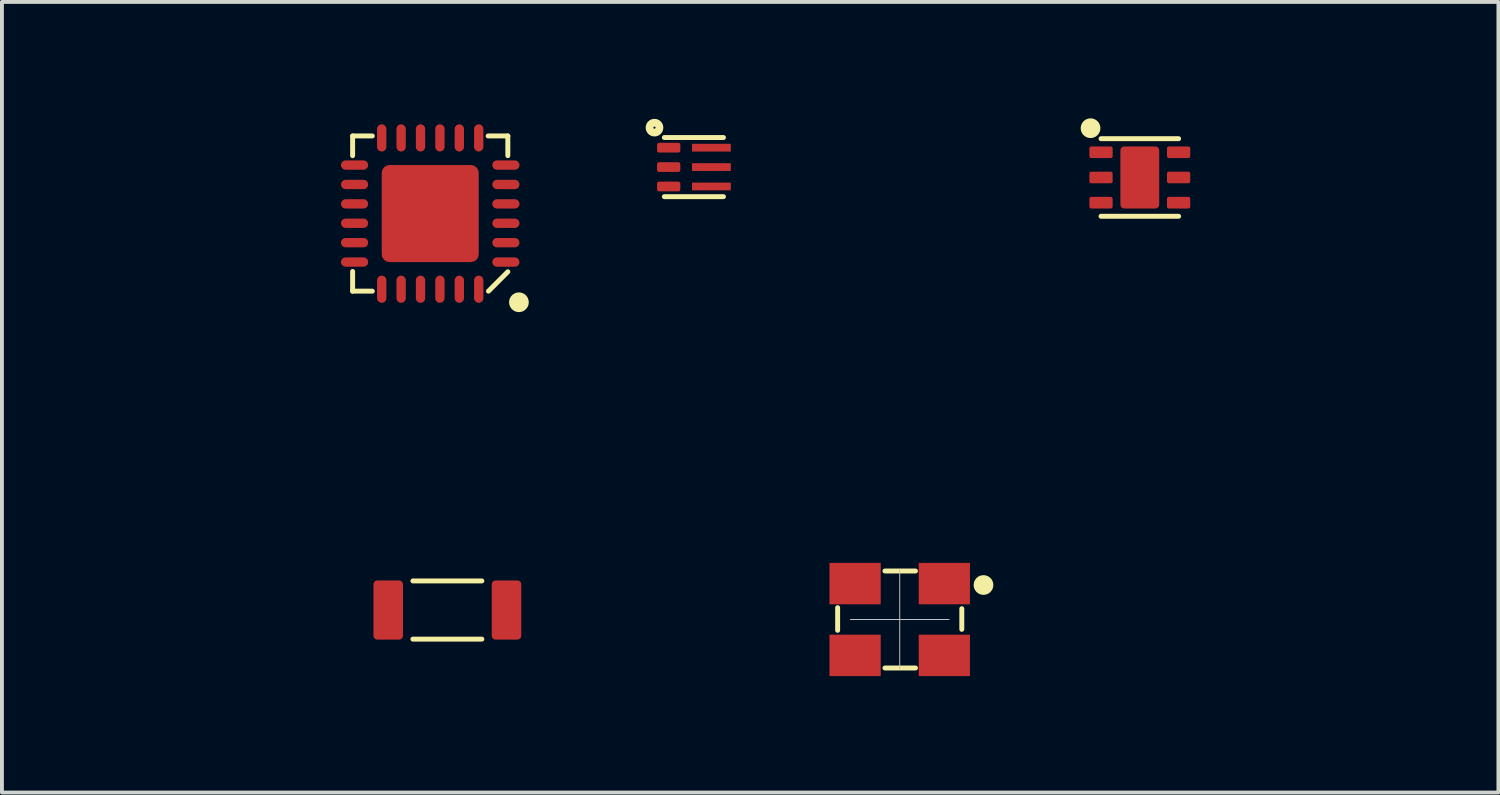
<source format=kicad_pcb>
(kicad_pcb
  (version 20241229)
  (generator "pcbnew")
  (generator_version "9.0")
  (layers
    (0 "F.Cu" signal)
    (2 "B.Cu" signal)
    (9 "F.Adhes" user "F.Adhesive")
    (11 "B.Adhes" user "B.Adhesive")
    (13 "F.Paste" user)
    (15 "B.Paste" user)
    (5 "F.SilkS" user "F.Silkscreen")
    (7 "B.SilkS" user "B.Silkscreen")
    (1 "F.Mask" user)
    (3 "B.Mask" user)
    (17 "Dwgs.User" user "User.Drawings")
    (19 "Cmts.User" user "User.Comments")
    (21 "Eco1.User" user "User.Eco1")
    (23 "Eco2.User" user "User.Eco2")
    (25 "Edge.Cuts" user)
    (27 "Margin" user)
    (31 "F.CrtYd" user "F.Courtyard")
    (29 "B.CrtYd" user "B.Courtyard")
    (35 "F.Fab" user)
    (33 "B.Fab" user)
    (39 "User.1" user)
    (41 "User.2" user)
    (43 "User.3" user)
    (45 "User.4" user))
  (footprint "VSON6_0D5_1D5X1D5X1MM"
    (layer "F.Cu")
    (at 14.713 1.047)
    (property "Reference" "VSON6_0D5_1D5X1D5X1MM" (at -0.084 0.605 90) (unlocked yes) (layer "Eco1.User") (effects (font (size 0.33 0.33) (thickness 0.02)) (justify left bottom mirror)))
    (fp_line (start 0.883 -0.553) (end -0.641 -0.553) (stroke (width 0.127) (type solid)) (layer "F.SilkS"))
    (fp_line (start 0.883 0.971) (end -0.641 0.971) (stroke (width 0.127) (type solid)) (layer "F.SilkS"))
    (fp_circle (center -0.895 -0.807) (end -0.768 -0.807) (stroke (width 0.2) (type solid)) (fill no) (layer "F.SilkS"))
    (fp_line (start -0.629 -0.541) (end -0.629 0.959) (stroke (width 0.127) (type solid)) (layer "Eco1.User"))
    (fp_line (start 0.871 -0.541) (end -0.629 -0.541) (stroke (width 0.127) (type solid)) (layer "Eco1.User"))
    (fp_line (start 0.871 -0.541) (end 0.871 0.959) (stroke (width 0.127) (type solid)) (layer "Eco1.User"))
    (fp_line (start 0.871 0.959) (end -0.629 0.959) (stroke (width 0.127) (type solid)) (layer "Eco1.User"))
    (fp_circle (center -0.26 -0.172) (end -0.133 -0.172) (stroke (width 0.2) (type solid)) (fill no) (layer "Eco1.User"))
    (fp_line (start -1.122 -1.034) (end -1.122 1.034) (stroke (width 0.025) (type solid)) (layer "User.8"))
    (fp_line (start 1.121 -1.034) (end -1.122 -1.034) (stroke (width 0.025) (type solid)) (layer "User.8"))
    (fp_line (start 1.121 -1.034) (end 1.121 1.034) (stroke (width 0.025) (type solid)) (layer "User.8"))
    (fp_line (start 1.121 1.034) (end -1.122 1.034) (stroke (width 0.025) (type solid)) (layer "User.8"))
    (fp_text user "5" (at 0.903 0.463 270) (unlocked yes) (layer "Eco1.User") (effects (font (size 0.635 0.635) (thickness 0.041)) (justify left bottom mirror)))
    (fp_text user "1" (at -0.197 -0.037 270) (unlocked yes) (layer "Eco1.User") (effects (font (size 0.635 0.635) (thickness 0.041)) (justify left bottom mirror)))
    (fp_text user "6" (at 0.903 -0.037 270) (unlocked yes) (layer "Eco1.User") (effects (font (size 0.635 0.635) (thickness 0.041)) (justify left bottom mirror)))
    (fp_text user "2" (at -0.197 0.463 270) (unlocked yes) (layer "Eco1.User") (effects (font (size 0.635 0.635) (thickness 0.041)) (justify left bottom mirror)))
    (fp_text user "4" (at 0.903 0.963 270) (unlocked yes) (layer "Eco1.User") (effects (font (size 0.635 0.635) (thickness 0.041)) (justify left bottom mirror)))
    (fp_text user "TLV62595DMQR" (at -0.133 0.541 180) (unlocked yes) (layer "Eco1.User") (effects (font (size 0.635 0.635) (thickness 0.041)) (justify left bottom mirror)))
    (fp_text user "3" (at -0.197 0.963 270) (unlocked yes) (layer "Eco1.User") (effects (font (size 0.635 0.635) (thickness 0.041)) (justify left bottom mirror)))
    (pad "1" smd roundrect (at -0.529 -0.291 270) (size 0.25 0.6) (layers "F.Cu" "F.Mask" "F.Paste") (roundrect_rratio 0.2))
    (pad "2" smd roundrect (at -0.529 0.209 270) (size 0.25 0.6) (layers "F.Cu" "F.Mask" "F.Paste") (roundrect_rratio 0.2))
    (pad "3" smd roundrect (at -0.529 0.709 270) (size 0.25 0.6) (layers "F.Cu" "F.Mask" "F.Paste") (roundrect_rratio 0.2))
    (pad "4" smd rect (at 0.572 0.709 270) (size 0.2 1) (layers "F.Cu" "F.Mask" "F.Paste"))
    (pad "5" smd rect (at 0.572 0.209 270) (size 0.2 1) (layers "F.Cu" "F.Mask" "F.Paste"))
    (pad "6" smd rect (at 0.572 -0.291 270) (size 0.2 1) (layers "F.Cu" "F.Mask" "F.Paste")))
  (footprint "WSON6_0D65_2X2X0_8MM"
    (layer "F.Cu")
    (at 26.326 1.524)
    (property "Reference" "WSON6_0D65_2X2X0_8MM" (at -0.206 0.264 90) (unlocked yes) (layer "Eco1.User") (effects (font (size 0.33 0.33) (thickness 0.02)) (justify left bottom mirror)))
    (fp_line (start 1 -1) (end -1 -1) (stroke (width 0.127) (type solid)) (layer "F.SilkS"))
    (fp_line (start 1 1) (end -1 1) (stroke (width 0.127) (type solid)) (layer "F.SilkS"))
    (fp_circle (center -1.27 -1.27) (end -1.143 -1.27) (stroke (width 0.254) (type solid)) (fill no) (layer "F.SilkS"))
    (fp_line (start -1.016 -1.016) (end -1.016 1.016) (stroke (width 0.025) (type solid)) (layer "Eco1.User"))
    (fp_line (start 1.016 -1.016) (end -1.016 -1.016) (stroke (width 0.025) (type solid)) (layer "Eco1.User"))
    (fp_line (start 1.016 -1.016) (end 1.016 1.016) (stroke (width 0.025) (type solid)) (layer "Eco1.User"))
    (fp_line (start 1.016 1.016) (end -1.016 1.016) (stroke (width 0.025) (type solid)) (layer "Eco1.User"))
    (fp_circle (center -0.762 -0.762) (end -0.635 -0.762) (stroke (width 0.254) (type solid)) (fill no) (layer "Eco1.User"))
    (fp_line (start -1.016 -1.016) (end -1.016 1.016) (stroke (width 0.025) (type solid)) (layer "User.8"))
    (fp_line (start 1.016 -1.016) (end -1.016 -1.016) (stroke (width 0.025) (type solid)) (layer "User.8"))
    (fp_line (start 1.016 -1.016) (end 1.016 1.016) (stroke (width 0.025) (type solid)) (layer "User.8"))
    (fp_line (start 1.016 1.016) (end -1.016 1.016) (stroke (width 0.025) (type solid)) (layer "User.8"))
    (fp_text user "4" (at 1.078 0.904 270) (unlocked yes) (layer "Eco1.User") (effects (font (size 0.635 0.635) (thickness 0.041)) (justify left bottom mirror)))
    (fp_text user "1" (at -0.922 -0.396 270) (unlocked yes) (layer "Eco1.User") (effects (font (size 0.635 0.635) (thickness 0.041)) (justify left bottom mirror)))
    (fp_text user "TVS0500DRVR" (at -0.254 -0.049 180) (unlocked yes) (layer "Eco1.User") (effects (font (size 0.635 0.635) (thickness 0.041)) (justify left bottom mirror)))
    (fp_text user "5" (at 1.078 0.254 270) (unlocked yes) (layer "Eco1.User") (effects (font (size 0.635 0.635) (thickness 0.041)) (justify left bottom mirror)))
    (fp_text user "2" (at -0.922 0.254 270) (unlocked yes) (layer "Eco1.User") (effects (font (size 0.635 0.635) (thickness 0.041)) (justify left bottom mirror)))
    (fp_text user "6" (at 1.078 -0.396 270) (unlocked yes) (layer "Eco1.User") (effects (font (size 0.635 0.635) (thickness 0.041)) (justify left bottom mirror)))
    (fp_text user "3" (at -0.922 0.904 270) (unlocked yes) (layer "Eco1.User") (effects (font (size 0.635 0.635) (thickness 0.041)) (justify left bottom mirror)))
    (fp_text user "7" (at 0 0.332 180) (unlocked yes) (layer "Eco1.User") (effects (font (size 0.635 0.635) (thickness 0.041)) (justify left bottom mirror)))
    (pad "1" smd roundrect (at -1 -0.65 270) (size 0.3 0.6) (layers "F.Cu" "F.Mask" "F.Paste") (roundrect_rratio 0.165))
    (pad "2" smd roundrect (at -1 0 270) (size 0.3 0.6) (layers "F.Cu" "F.Mask" "F.Paste") (roundrect_rratio 0.165))
    (pad "3" smd roundrect (at -1 0.65 270) (size 0.3 0.6) (layers "F.Cu" "F.Mask" "F.Paste") (roundrect_rratio 0.165))
    (pad "4" smd roundrect (at 1 0.65 270) (size 0.3 0.6) (layers "F.Cu" "F.Mask" "F.Paste") (roundrect_rratio 0.165))
    (pad "5" smd roundrect (at 1 0 270) (size 0.3 0.6) (layers "F.Cu" "F.Mask" "F.Paste") (roundrect_rratio 0.165))
    (pad "6" smd roundrect (at 1 -0.65 270) (size 0.3 0.6) (layers "F.Cu" "F.Mask" "F.Paste") (roundrect_rratio 0.165))
    (pad "7" smd roundrect (at 0 0 180) (size 1 1.6) (layers "F.Cu" "F.Mask" "F.Paste") (roundrect_rratio 0.1)))
  (footprint "X2_SMD_3_2X1_5MM"
    (layer "F.Cu")
    (at 8.48 12.672)
    (property "Reference" "X2_SMD_3_2X1_5MM" (at -0.201 -0.206 0) (unlocked yes) (layer "Eco1.User") (effects (font (size 0.33 0.33) (thickness 0.02)) (justify left bottom mirror)))
    (fp_line (start 0.889 -0.75) (end -0.889 -0.75) (stroke (width 0.127) (type solid)) (layer "F.SilkS"))
    (fp_line (start 0.889 0.75) (end -0.889 0.75) (stroke (width 0.127) (type solid)) (layer "F.SilkS"))
    (fp_line (start -1.524 0.762) (end -1.524 -0.762) (stroke (width 0.025) (type solid)) (layer "Eco1.User"))
    (fp_line (start 1.651 -0.762) (end -1.524 -0.762) (stroke (width 0.025) (type solid)) (layer "Eco1.User"))
    (fp_line (start 1.651 0.762) (end -1.524 0.762) (stroke (width 0.025) (type solid)) (layer "Eco1.User"))
    (fp_line (start 1.651 0.762) (end 1.651 -0.762) (stroke (width 0.025) (type solid)) (layer "Eco1.User"))
    (fp_poly (pts (xy 1.651 -0.762) (xy 1.651 0.762) (xy -1.651 0.762) (xy -1.651 -0.762)) (stroke (width 0.1) (type default)) (fill no) (layer "User.8"))
    (fp_text user "2" (at -1.778 -0.078 0) (unlocked yes) (layer "Eco1.User") (effects (font (size 0.635 0.635) (thickness 0.041)) (justify left bottom mirror)))
    (fp_text user "1" (at 1.27 -0.078 0) (unlocked yes) (layer "Eco1.User") (effects (font (size 0.635 0.635) (thickness 0.041)) (justify left bottom mirror)))
    (fp_text user "32.768kHz 12.5pF" (at 0.254 -0.586 0) (unlocked yes) (layer "Eco1.User") (effects (font (size 0.635 0.635) (thickness 0.041)) (justify left bottom mirror)))
    (pad "1" smd roundrect (at 1.524 0 180) (size 0.762 1.524) (layers "F.Cu" "F.Mask" "F.Paste") (roundrect_rratio 0.13))
    (pad "2" smd roundrect (at -1.524 0 180) (size 0.762 1.524) (layers "F.Cu" "F.Mask" "F.Paste") (roundrect_rratio 0.13)))
  (footprint "VQFN24_0D5_4X4X1MM"
    (layer "F.Cu")
    (at 8.038 2.454)
    (property "Reference" "VQFN24_0D5_4X4X1MM" (at -0.396 -0.206 0) (unlocked yes) (layer "Eco1.User") (effects (font (size 0.33 0.33) (thickness 0.02)) (justify left bottom mirror)))
    (fp_line (start -2 -1.492) (end -2 -2) (stroke (width 0.127) (type solid)) (layer "F.SilkS"))
    (fp_line (start -2 2) (end -2 1.492) (stroke (width 0.127) (type solid)) (layer "F.SilkS"))
    (fp_line (start -1.492 -2) (end -2 -2) (stroke (width 0.127) (type solid)) (layer "F.SilkS"))
    (fp_line (start -1.492 2) (end -2 2) (stroke (width 0.127) (type solid)) (layer "F.SilkS"))
    (fp_line (start 2 -2) (end 1.492 -2) (stroke (width 0.127) (type solid)) (layer "F.SilkS"))
    (fp_line (start 2 -1.492) (end 2 -2) (stroke (width 0.127) (type solid)) (layer "F.SilkS"))
    (fp_line (start 2 1.5) (end 1.5 2) (stroke (width 0.127) (type solid)) (layer "F.SilkS"))
    (fp_circle (center 2.286 2.286) (end 2.286 2.413) (stroke (width 0.254) (type solid)) (fill no) (layer "F.SilkS"))
    (fp_line (start -2.032 2.032) (end -2.032 -2.032) (stroke (width 0.025) (type solid)) (layer "Eco1.User"))
    (fp_line (start 2.032 -2.032) (end -2.032 -2.032) (stroke (width 0.025) (type solid)) (layer "Eco1.User"))
    (fp_line (start 2.032 2.032) (end -2.032 2.032) (stroke (width 0.025) (type solid)) (layer "Eco1.User"))
    (fp_line (start 2.032 2.032) (end 2.032 -2.032) (stroke (width 0.025) (type solid)) (layer "Eco1.User"))
    (fp_circle (center 1.778 1.778) (end 1.778 1.905) (stroke (width 0.254) (type solid)) (fill no) (layer "Eco1.User"))
    (fp_poly (pts (xy 2.032 -2.032) (xy 2.032 2.032) (xy -2.032 2.032) (xy -2.032 -2.032)) (stroke (width 0.1) (type default)) (fill no) (layer "User.8"))
    (fp_text user "1" (at 1.618 1.25 90) (unlocked yes) (layer "Eco1.User") (effects (font (size 0.635 0.635) (thickness 0.041)) (justify left bottom mirror)))
    (fp_text user "24" (at 0.742 1.872 0) (unlocked yes) (layer "Eco1.User") (effects (font (size 0.635 0.635) (thickness 0.041)) (justify left bottom mirror)))
    (fp_text user "21" (at -0.758 1.872 0) (unlocked yes) (layer "Eco1.User") (effects (font (size 0.635 0.635) (thickness 0.041)) (justify left bottom mirror)))
    (fp_text user "18" (at -2.38 1.25 270) (unlocked yes) (layer "Eco1.User") (effects (font (size 0.635 0.635) (thickness 0.041)) (justify left bottom mirror)))
    (fp_text user "11" (at -1.258 -1.872 180) (unlocked yes) (layer "Eco1.User") (effects (font (size 0.635 0.635) (thickness 0.041)) (justify left bottom mirror)))
    (fp_text user "15" (at -2.38 -0.25 270) (unlocked yes) (layer "Eco1.User") (effects (font (size 0.635 0.635) (thickness 0.041)) (justify left bottom mirror)))
    (fp_text user "12" (at -1.758 -1.872 180) (unlocked yes) (layer "Eco1.User") (effects (font (size 0.635 0.635) (thickness 0.041)) (justify left bottom mirror)))
    (fp_text user "22" (at -0.258 1.872 0) (unlocked yes) (layer "Eco1.User") (effects (font (size 0.635 0.635) (thickness 0.041)) (justify left bottom mirror)))
    (fp_text user "5" (at 1.618 -0.75 90) (unlocked yes) (layer "Eco1.User") (effects (font (size 0.635 0.635) (thickness 0.041)) (justify left bottom mirror)))
    (fp_text user "4" (at 1.618 -0.25 90) (unlocked yes) (layer "Eco1.User") (effects (font (size 0.635 0.635) (thickness 0.041)) (justify left bottom mirror)))
    (fp_text user "9" (at -0.004 -1.872 180) (unlocked yes) (layer "Eco1.User") (effects (font (size 0.635 0.635) (thickness 0.041)) (justify left bottom mirror)))
    (fp_text user "14" (at -2.38 -0.75 270) (unlocked yes) (layer "Eco1.User") (effects (font (size 0.635 0.635) (thickness 0.041)) (justify left bottom mirror)))
    (fp_text user "20" (at -1.258 1.872 0) (unlocked yes) (layer "Eco1.User") (effects (font (size 0.635 0.635) (thickness 0.041)) (justify left bottom mirror)))
    (fp_text user "7" (at 0.996 -1.872 180) (unlocked yes) (layer "Eco1.User") (effects (font (size 0.635 0.635) (thickness 0.041)) (justify left bottom mirror)))
    (fp_text user "3" (at 1.618 0.25 90) (unlocked yes) (layer "Eco1.User") (effects (font (size 0.635 0.635) (thickness 0.041)) (justify left bottom mirror)))
    (fp_text user "6" (at 1.618 -1.25 90) (unlocked yes) (layer "Eco1.User") (effects (font (size 0.635 0.635) (thickness 0.041)) (justify left bottom mirror)))
    (fp_text user "8" (at 0.496 -1.872 180) (unlocked yes) (layer "Eco1.User") (effects (font (size 0.635 0.635) (thickness 0.041)) (justify left bottom mirror)))
    (fp_text user "2" (at 1.618 0.75 90) (unlocked yes) (layer "Eco1.User") (effects (font (size 0.635 0.635) (thickness 0.041)) (justify left bottom mirror)))
    (fp_text user "25" (at -0.508 -0.078 0) (unlocked yes) (layer "Eco1.User") (effects (font (size 0.635 0.635) (thickness 0.041)) (justify left bottom mirror)))
    (fp_text user "16" (at -2.38 0.25 270) (unlocked yes) (layer "Eco1.User") (effects (font (size 0.635 0.635) (thickness 0.041)) (justify left bottom mirror)))
    (fp_text user "10" (at -0.758 -1.872 180) (unlocked yes) (layer "Eco1.User") (effects (font (size 0.635 0.635) (thickness 0.041)) (justify left bottom mirror)))
    (fp_text user "23" (at 0.242 1.872 0) (unlocked yes) (layer "Eco1.User") (effects (font (size 0.635 0.635) (thickness 0.041)) (justify left bottom mirror)))
    (fp_text user "19" (at -1.758 1.872 0) (unlocked yes) (layer "Eco1.User") (effects (font (size 0.635 0.635) (thickness 0.041)) (justify left bottom mirror)))
    (fp_text user "MSPM0L1306SRGE" (at 0.635 1.319 0) (unlocked yes) (layer "Eco1.User") (effects (font (size 0.635 0.635) (thickness 0.041)) (justify left bottom mirror)))
    (fp_text user "13" (at -2.38 -1.25 270) (unlocked yes) (layer "Eco1.User") (effects (font (size 0.635 0.635) (thickness 0.041)) (justify left bottom mirror)))
    (fp_text user "17" (at -2.38 0.75 270) (unlocked yes) (layer "Eco1.User") (effects (font (size 0.635 0.635) (thickness 0.041)) (justify left bottom mirror)))
    (pad "1" smd oval (at 1.95 1.25 180) (size 0.7 0.24) (layers "F.Cu" "F.Mask" "F.Paste"))
    (pad "2" smd oval (at 1.95 0.75 180) (size 0.7 0.24) (layers "F.Cu" "F.Mask" "F.Paste"))
    (pad "3" smd oval (at 1.95 0.25 180) (size 0.7 0.24) (layers "F.Cu" "F.Mask" "F.Paste"))
    (pad "4" smd oval (at 1.95 -0.25 180) (size 0.7 0.24) (layers "F.Cu" "F.Mask" "F.Paste"))
    (pad "5" smd oval (at 1.95 -0.75 180) (size 0.7 0.24) (layers "F.Cu" "F.Mask" "F.Paste"))
    (pad "6" smd oval (at 1.95 -1.25 180) (size 0.7 0.24) (layers "F.Cu" "F.Mask" "F.Paste"))
    (pad "7" smd oval (at 1.25 -1.95 180) (size 0.24 0.7) (layers "F.Cu" "F.Mask" "F.Paste"))
    (pad "8" smd oval (at 0.75 -1.95 180) (size 0.24 0.7) (layers "F.Cu" "F.Mask" "F.Paste"))
    (pad "9" smd oval (at 0.25 -1.95 180) (size 0.24 0.7) (layers "F.Cu" "F.Mask" "F.Paste"))
    (pad "10" smd oval (at -0.25 -1.95 180) (size 0.24 0.7) (layers "F.Cu" "F.Mask" "F.Paste"))
    (pad "11" smd oval (at -0.75 -1.95 180) (size 0.24 0.7) (layers "F.Cu" "F.Mask" "F.Paste"))
    (pad "12" smd oval (at -1.25 -1.95 180) (size 0.24 0.7) (layers "F.Cu" "F.Mask" "F.Paste"))
    (pad "13" smd oval (at -1.95 -1.25 180) (size 0.7 0.24) (layers "F.Cu" "F.Mask" "F.Paste"))
    (pad "14" smd oval (at -1.95 -0.75 180) (size 0.7 0.24) (layers "F.Cu" "F.Mask" "F.Paste"))
    (pad "15" smd oval (at -1.95 -0.25 180) (size 0.7 0.24) (layers "F.Cu" "F.Mask" "F.Paste"))
    (pad "16" smd oval (at -1.95 0.25 180) (size 0.7 0.24) (layers "F.Cu" "F.Mask" "F.Paste"))
    (pad "17" smd oval (at -1.95 0.75 180) (size 0.7 0.24) (layers "F.Cu" "F.Mask" "F.Paste"))
    (pad "18" smd oval (at -1.95 1.25 180) (size 0.7 0.24) (layers "F.Cu" "F.Mask" "F.Paste"))
    (pad "19" smd oval (at -1.25 1.95 180) (size 0.24 0.7) (layers "F.Cu" "F.Mask" "F.Paste"))
    (pad "20" smd oval (at -0.75 1.95 180) (size 0.24 0.7) (layers "F.Cu" "F.Mask" "F.Paste"))
    (pad "21" smd oval (at -0.25 1.95 180) (size 0.24 0.7) (layers "F.Cu" "F.Mask" "F.Paste"))
    (pad "22" smd oval (at 0.25 1.95 180) (size 0.24 0.7) (layers "F.Cu" "F.Mask" "F.Paste"))
    (pad "23" smd oval (at 0.75 1.95 180) (size 0.24 0.7) (layers "F.Cu" "F.Mask" "F.Paste"))
    (pad "24" smd oval (at 1.25 1.95 180) (size 0.24 0.7) (layers "F.Cu" "F.Mask" "F.Paste"))
    (pad "25" smd roundrect (at 0 0 180) (size 2.5 2.5) (layers "F.Cu" "F.Mask" "F.Paste") (roundrect_rratio 0.08)))
  (footprint "X4-SMD-3_2X2_5X1_0MM"
    (layer "F.Cu")
    (at 20.138 12.916)
    (property "Reference" "X4-SMD-3_2X2_5X1_0MM" (at -0.264 -0.206 0) (unlocked yes) (layer "Eco1.User") (effects (font (size 0.33 0.33) (thickness 0.02)) (justify left bottom mirror)))
    (fp_line (start -1.6 0.279) (end -1.6 -0.305) (stroke (width 0.127) (type solid)) (layer "F.SilkS"))
    (fp_line (start 0.406 -1.25) (end -0.381 -1.25) (stroke (width 0.127) (type solid)) (layer "F.SilkS"))
    (fp_line (start 0.406 1.25) (end -0.381 1.25) (stroke (width 0.127) (type solid)) (layer "F.SilkS"))
    (fp_line (start 1.6 0.254) (end 1.6 -0.279) (stroke (width 0.127) (type solid)) (layer "F.SilkS"))
    (fp_circle (center 2.159 -0.889) (end 2.159 -0.762) (stroke (width 0.254) (type solid)) (fill no) (layer "F.SilkS"))
    (fp_line (start 0 1.27) (end 0 -1.27) (stroke (width 0.025) (type solid)) (layer "Dwgs.User"))
    (fp_line (start 1.27 0) (end -1.27 0) (stroke (width 0.025) (type solid)) (layer "Dwgs.User"))
    (fp_line (start -1.524 1.27) (end -1.524 -1.27) (stroke (width 0.025) (type solid)) (layer "Eco1.User"))
    (fp_line (start 1.524 -1.27) (end -1.524 -1.27) (stroke (width 0.025) (type solid)) (layer "Eco1.User"))
    (fp_line (start 1.524 1.27) (end -1.524 1.27) (stroke (width 0.025) (type solid)) (layer "Eco1.User"))
    (fp_line (start 1.524 1.27) (end 1.524 -1.27) (stroke (width 0.025) (type solid)) (layer "Eco1.User"))
    (fp_circle (center 1.143 -0.889) (end 1.143 -0.548) (stroke (width 0.025) (type solid)) (fill no) (layer "Eco1.User"))
    (fp_poly (pts (xy 1.524 -1.27) (xy 1.524 1.27) (xy -1.524 1.27) (xy -1.524 -1.27)) (stroke (width 0.1) (type default)) (fill no) (layer "User.8"))
    (fp_text user "1" (at 0.947 -0.987 0) (unlocked yes) (layer "Eco1.User") (effects (font (size 0.508 0.508) (thickness 0.03)) (justify left bottom mirror)))
    (fp_text user "25MHz" (at 0.229 0.405 0) (unlocked yes) (layer "Eco1.User") (effects (font (size 0.635 0.635) (thickness 0.041)) (justify left bottom mirror)))
    (fp_text user "4" (at 0.947 0.863 0) (unlocked yes) (layer "Eco1.User") (effects (font (size 0.508 0.508) (thickness 0.03)) (justify left bottom mirror)))
    (fp_text user "2" (at -1.353 -0.987 0) (unlocked yes) (layer "Eco1.User") (effects (font (size 0.508 0.508) (thickness 0.03)) (justify left bottom mirror)))
    (fp_text user "3" (at -1.353 0.863 0) (unlocked yes) (layer "Eco1.User") (effects (font (size 0.508 0.508) (thickness 0.03)) (justify left bottom mirror)))
    (pad "1" smd rect (at 1.15 -0.925 180) (size 1.321 1.067) (layers "F.Cu" "F.Mask" "F.Paste"))
    (pad "2" smd rect (at -1.15 -0.925 180) (size 1.321 1.067) (layers "F.Cu" "F.Mask" "F.Paste"))
    (pad "3" smd rect (at -1.15 0.925 180) (size 1.321 1.067) (layers "F.Cu" "F.Mask" "F.Paste"))
    (pad "4" smd rect (at 1.15 0.925 180) (size 1.321 1.067) (layers "F.Cu" "F.Mask" "F.Paste")))
  (gr_rect
    (start -3 -3)
    (end 35.568 17.375)
    (stroke (width 0.1) (type default))
    (fill no)
    (layer "Edge.Cuts")))
</source>
